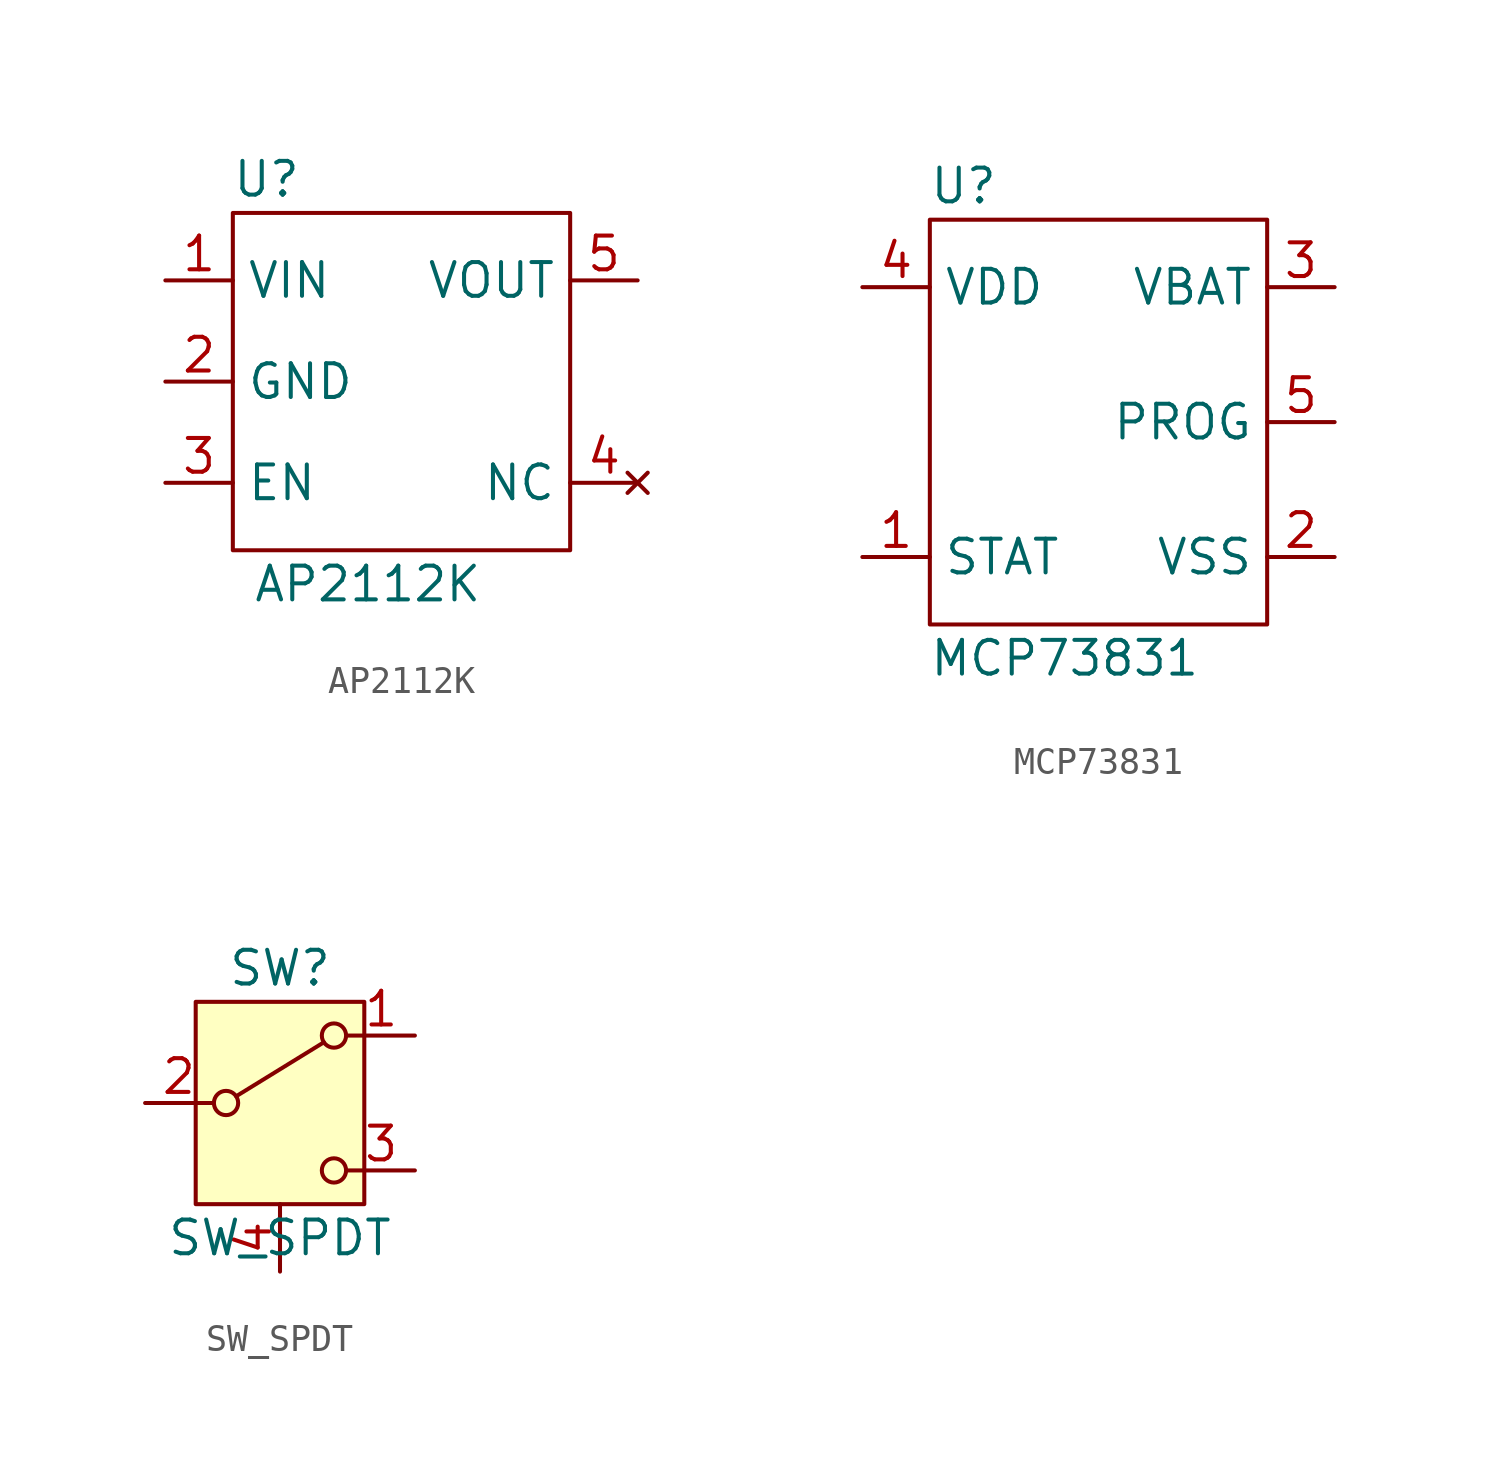
<source format=kicad_sym>
(kicad_symbol_lib
  (version 20231120)
  (generator "kicad_symbol_editor")
  (generator_version "8.0")
  (symbol "AP2112K"
    (property "Reference" "U"
      (at -5.08 7.62 0)
      (effects (font (size 1.27 1.27))))
    (property "Value" "AP2112K"
      (at -1.27 -7.62 0)
      (effects (font (size 1.27 1.27))))
    (symbol "AP2112K_0_1"
      (rectangle (start -6.35 6.35) (end 6.35 -6.35) (stroke (width 0) (type default)) (fill (type none))))
    (symbol "AP2112K_1_1"
      (pin power_in line (at -8.89 3.81 0) (length 2.54) (name "VIN" (effects (font (size 1.27 1.27)))) (number "1" (effects (font (size 1.27 1.27)))))
      (pin power_in line (at -8.89 0 0) (length 2.54) (name "GND" (effects (font (size 1.27 1.27)))) (number "2" (effects (font (size 1.27 1.27)))))
      (pin input line (at -8.89 -3.81 0) (length 2.54) (name "EN" (effects (font (size 1.27 1.27)))) (number "3" (effects (font (size 1.27 1.27)))))
      (pin no_connect line (at 8.89 -3.81 180) (length 2.54) (name "NC" (effects (font (size 1.27 1.27)))) (number "4" (effects (font (size 1.27 1.27)))))
      (pin power_out line (at 8.89 3.81 180) (length 2.54) (name "VOUT" (effects (font (size 1.27 1.27)))) (number "5" (effects (font (size 1.27 1.27)))))))
  (symbol "MCP73831"
    (property "Reference" "U"
      (at -5.08 8.89 0)
      (effects (font (size 1.27 1.27))))
    (property "Value" "MCP73831"
      (at -1.27 -8.89 0)
      (effects (font (size 1.27 1.27))))
    (symbol "MCP73831_0_1"
      (rectangle (start -6.35 7.62) (end 6.35 -7.62) (stroke (width 0) (type default)) (fill (type none))))
    (symbol "MCP73831_1_1"
      (pin output line (at -8.89 -5.08 0) (length 2.54) (name "STAT" (effects (font (size 1.27 1.27)))) (number "1" (effects (font (size 1.27 1.27)))))
      (pin power_in line (at 8.89 -5.08 180) (length 2.54) (name "VSS" (effects (font (size 1.27 1.27)))) (number "2" (effects (font (size 1.27 1.27)))))
      (pin power_out line (at 8.89 5.08 180) (length 2.54) (name "VBAT" (effects (font (size 1.27 1.27)))) (number "3" (effects (font (size 1.27 1.27)))))
      (pin power_in line (at -8.89 5.08 0) (length 2.54) (name "VDD" (effects (font (size 1.27 1.27)))) (number "4" (effects (font (size 1.27 1.27)))))
      (pin input line (at 8.89 0 180) (length 2.54) (name "PROG" (effects (font (size 1.27 1.27)))) (number "5" (effects (font (size 1.27 1.27)))))))
  (symbol "SW_SPDT"
    (pin_names
      (offset 0) hide)
    (property "Reference" "SW"
      (at 0 5.08 0)
      (effects (font (size 1.27 1.27))))
    (property "Value" "SW_SPDT"
      (at 0 -5.08 0)
      (effects (font (size 1.27 1.27))))
    (symbol "SW_SPDT_0_1"
      (circle (center -2.032 0) (radius 0.457) (stroke (width 0) (type default)) (fill (type none)))
      (polyline (pts (xy -1.651 0.254) (xy 1.651 2.286)) (stroke (width 0) (type default)) (fill (type none)))
      (circle (center 2.032 -2.54) (radius 0.457) (stroke (width 0) (type default)) (fill (type none)))
      (circle (center 2.032 2.54) (radius 0.457) (stroke (width 0) (type default)) (fill (type none))))
    (symbol "SW_SPDT_1_1"
      (rectangle (start -3.175 3.81) (end 3.175 -3.81) (stroke (width 0) (type default)) (fill (type background)))
      (pin passive line (at 5.08 2.54 180) (length 2.54) (name "A" (effects (font (size 1.27 1.27)))) (number "1" (effects (font (size 1.27 1.27)))))
      (pin passive line (at -5.08 0 0) (length 2.54) (name "B" (effects (font (size 1.27 1.27)))) (number "2" (effects (font (size 1.27 1.27)))))
      (pin passive line (at 5.08 -2.54 180) (length 2.54) (name "C" (effects (font (size 1.27 1.27)))) (number "3" (effects (font (size 1.27 1.27)))))
      (pin input line (at 0 -6.35 90) (length 2.54) (name "GND" (effects (font (size 1.27 1.27)))) (number "4" (effects (font (size 1.27 1.27))))))))
</source>
